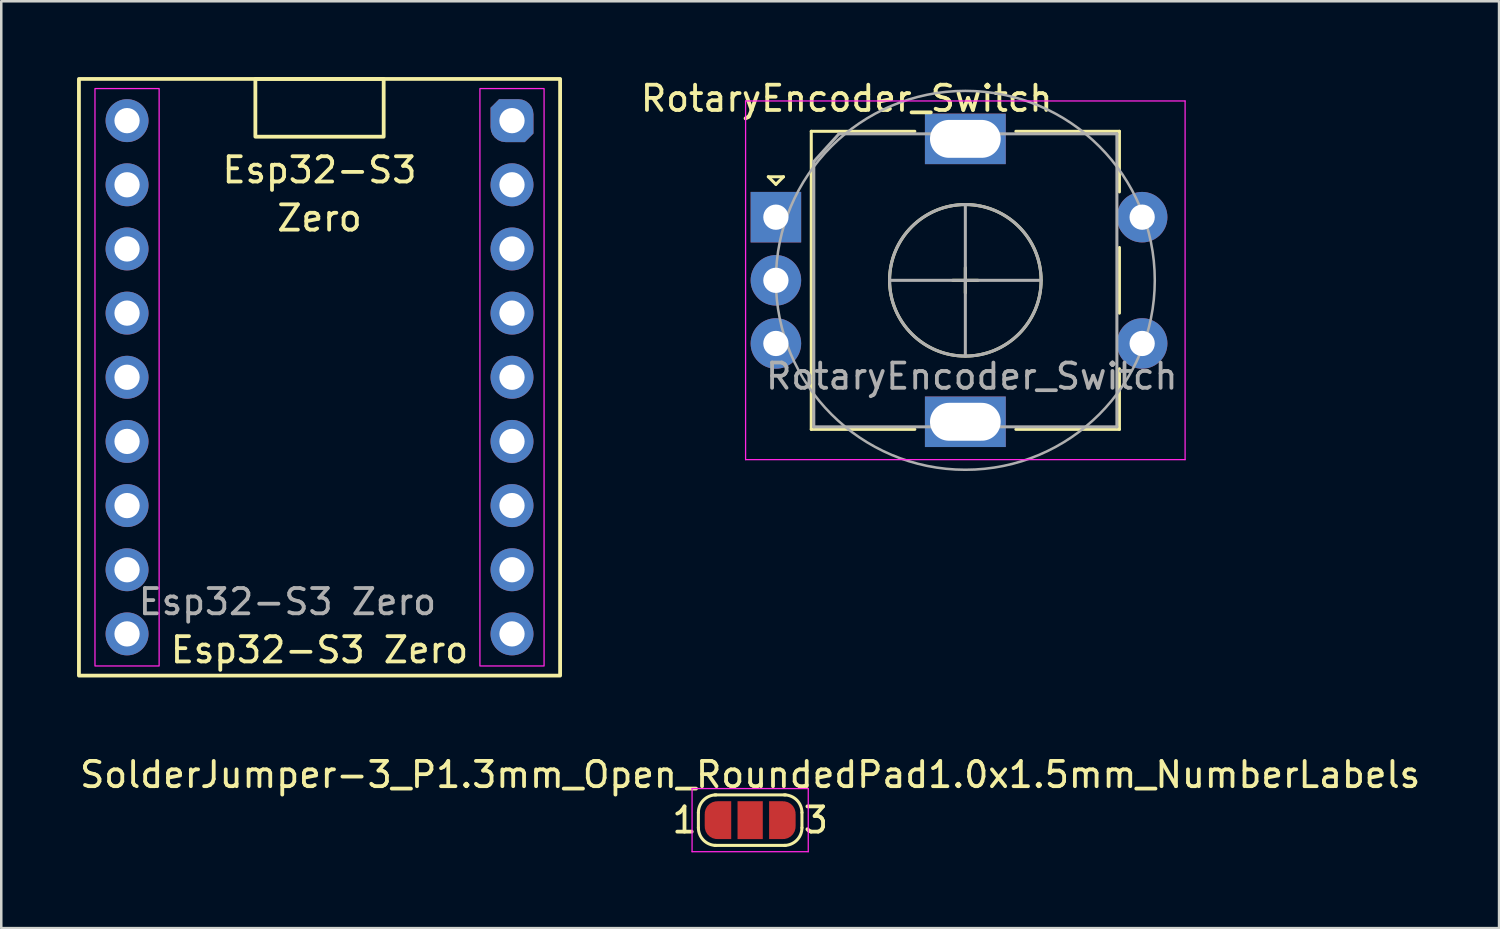
<source format=kicad_pcb>
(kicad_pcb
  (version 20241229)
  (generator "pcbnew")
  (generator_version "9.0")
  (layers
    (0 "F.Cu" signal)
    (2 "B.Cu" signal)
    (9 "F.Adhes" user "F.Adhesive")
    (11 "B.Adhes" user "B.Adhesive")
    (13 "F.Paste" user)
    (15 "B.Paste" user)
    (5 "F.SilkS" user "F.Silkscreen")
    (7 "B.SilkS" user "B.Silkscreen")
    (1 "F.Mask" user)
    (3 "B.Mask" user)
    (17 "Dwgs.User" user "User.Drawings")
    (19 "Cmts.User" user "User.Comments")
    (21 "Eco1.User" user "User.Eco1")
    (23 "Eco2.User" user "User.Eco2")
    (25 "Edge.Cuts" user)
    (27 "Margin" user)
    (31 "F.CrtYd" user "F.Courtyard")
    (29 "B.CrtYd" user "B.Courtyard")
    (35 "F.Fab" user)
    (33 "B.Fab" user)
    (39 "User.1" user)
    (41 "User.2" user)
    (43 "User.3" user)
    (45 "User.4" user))
  (footprint "Esp32-S3 Zero"
    (layer "F.Cu")
    (at 15.95 1.726)
    (property "Reference" "Esp32-S3 Zero" (at -6.35 20.955 0) (unlocked yes) (layer "F.SilkS") (effects (font (size 1 1) (thickness 0.15))))
    (attr through_hole)
    (fp_rect (start -15.875 -1.651) (end 3.175 21.971) (stroke (width 0.15) (type default)) (fill no) (layer "F.SilkS"))
    (fp_rect (start -8.89 -1.651) (end -3.81 0.635) (stroke (width 0.15) (type default)) (fill no) (layer "F.SilkS"))
    (fp_rect (start -15.24 -1.27) (end -12.7 21.59) (stroke (width 0.05) (type default)) (fill no) (layer "F.CrtYd"))
    (fp_rect (start 0 -1.27) (end 2.54 21.59) (stroke (width 0.05) (type default)) (fill no) (layer "F.CrtYd"))
    (fp_text user "Zero" (at -6.35 4.445 0) (unlocked yes) (layer "F.SilkS") (effects (font (size 1 1) (thickness 0.15)) (justify bottom)))
    (fp_text user "Esp32-S3" (at -6.35 2.54 0) (unlocked yes) (layer "F.SilkS") (effects (font (size 1 1) (thickness 0.15)) (justify bottom)))
    (fp_text user "${REFERENCE}" (at -7.62 19.05 0) (unlocked yes) (layer "F.Fab") (effects (font (size 1 1) (thickness 0.15))))
    (pad "1" thru_hole roundrect (at 1.27 0) (size 1.7 1.7) (drill 1) (layers "*.Cu" "*.Mask") (roundrect_rratio 0.35) (chamfer_ratio 0.2) (chamfer top_left bottom_right))
    (pad "2" thru_hole circle (at 1.27 2.54) (size 1.7 1.7) (drill 1) (layers "*.Cu" "*.Mask"))
    (pad "3" thru_hole circle (at 1.27 5.08) (size 1.7 1.7) (drill 1) (layers "*.Cu" "*.Mask"))
    (pad "4" thru_hole circle (at 1.27 7.62) (size 1.7 1.7) (drill 1) (layers "*.Cu" "*.Mask"))
    (pad "5" thru_hole circle (at 1.27 10.16) (size 1.7 1.7) (drill 1) (layers "*.Cu" "*.Mask"))
    (pad "6" thru_hole circle (at 1.27 12.7) (size 1.7 1.7) (drill 1) (layers "*.Cu" "*.Mask"))
    (pad "7" thru_hole circle (at 1.27 15.24) (size 1.7 1.7) (drill 1) (layers "*.Cu" "*.Mask"))
    (pad "8" thru_hole circle (at 1.27 17.78) (size 1.7 1.7) (drill 1) (layers "*.Cu" "*.Mask"))
    (pad "9" thru_hole circle (at 1.27 20.32) (size 1.7 1.7) (drill 1) (layers "*.Cu" "*.Mask"))
    (pad "10" thru_hole circle (at -13.97 20.32) (size 1.7 1.7) (drill 1) (layers "*.Cu" "*.Mask"))
    (pad "11" thru_hole circle (at -13.97 17.78) (size 1.7 1.7) (drill 1) (layers "*.Cu" "*.Mask"))
    (pad "12" thru_hole circle (at -13.97 15.24) (size 1.7 1.7) (drill 1) (layers "*.Cu" "*.Mask"))
    (pad "13" thru_hole circle (at -13.97 12.7) (size 1.7 1.7) (drill 1) (layers "*.Cu" "*.Mask"))
    (pad "14" thru_hole circle (at -13.97 10.16) (size 1.7 1.7) (drill 1) (layers "*.Cu" "*.Mask"))
    (pad "15" thru_hole circle (at -13.97 7.62) (size 1.7 1.7) (drill 1) (layers "*.Cu" "*.Mask"))
    (pad "16" thru_hole circle (at -13.97 5.08) (size 1.7 1.7) (drill 1) (layers "*.Cu" "*.Mask"))
    (pad "17" thru_hole circle (at -13.97 2.54) (size 1.7 1.7) (drill 1) (layers "*.Cu" "*.Mask"))
    (pad "18" thru_hole circle (at -13.97 0) (size 1.7 1.7) (drill 1) (layers "*.Cu" "*.Mask")))
  (footprint "RotaryEncoder_Switch"
    (layer "F.Cu")
    (at 35.168 8.048)
    (property "Reference" "RotaryEncoder_Switch" (at -4.7 -7.2 0) (layer "F.SilkS") (effects (font (size 1 1) (thickness 0.15))))
    (attr through_hole)
    (fp_line (start -7.8 -4.1) (end -7.2 -4.1) (stroke (width 0.12) (type solid)) (layer "F.SilkS"))
    (fp_line (start -7.5 -3.8) (end -7.8 -4.1) (stroke (width 0.12) (type solid)) (layer "F.SilkS"))
    (fp_line (start -7.2 -4.1) (end -7.5 -3.8) (stroke (width 0.12) (type solid)) (layer "F.SilkS"))
    (fp_line (start -6.1 -5.9) (end -6.1 5.9) (stroke (width 0.12) (type solid)) (layer "F.SilkS"))
    (fp_line (start -2 -5.9) (end -6.1 -5.9) (stroke (width 0.12) (type solid)) (layer "F.SilkS"))
    (fp_line (start -2 5.9) (end -6.1 5.9) (stroke (width 0.12) (type solid)) (layer "F.SilkS"))
    (fp_line (start -0.5 0) (end 0.5 0) (stroke (width 0.12) (type solid)) (layer "F.SilkS"))
    (fp_line (start 0 -0.5) (end 0 0.5) (stroke (width 0.12) (type solid)) (layer "F.SilkS"))
    (fp_line (start 2 -5.9) (end 6.1 -5.9) (stroke (width 0.12) (type solid)) (layer "F.SilkS"))
    (fp_line (start 6.1 -5.9) (end 6.1 -3.5) (stroke (width 0.12) (type solid)) (layer "F.SilkS"))
    (fp_line (start 6.1 -1.3) (end 6.1 1.3) (stroke (width 0.12) (type solid)) (layer "F.SilkS"))
    (fp_line (start 6.1 3.5) (end 6.1 5.9) (stroke (width 0.12) (type solid)) (layer "F.SilkS"))
    (fp_line (start 6.1 5.9) (end 2 5.9) (stroke (width 0.12) (type solid)) (layer "F.SilkS"))
    (fp_circle (center 0 0) (end 3 0) (stroke (width 0.12) (type solid)) (fill no) (layer "F.SilkS"))
    (fp_line (start -8.7 -7.1) (end -8.7 7.1) (stroke (width 0.05) (type solid)) (layer "F.CrtYd"))
    (fp_line (start -8.7 -7.1) (end 8.7 -7.1) (stroke (width 0.05) (type solid)) (layer "F.CrtYd"))
    (fp_line (start 8.7 7.1) (end -8.7 7.1) (stroke (width 0.05) (type solid)) (layer "F.CrtYd"))
    (fp_line (start 8.7 7.1) (end 8.7 -7.1) (stroke (width 0.05) (type solid)) (layer "F.CrtYd"))
    (fp_line (start -6 -4.7) (end -5 -5.8) (stroke (width 0.12) (type solid)) (layer "F.Fab"))
    (fp_line (start -6 5.8) (end -6 -4.7) (stroke (width 0.12) (type solid)) (layer "F.Fab"))
    (fp_line (start -5 -5.8) (end 6 -5.8) (stroke (width 0.12) (type solid)) (layer "F.Fab"))
    (fp_line (start -3 0) (end 3 0) (stroke (width 0.12) (type solid)) (layer "F.Fab"))
    (fp_line (start 0 -3) (end 0 3) (stroke (width 0.12) (type solid)) (layer "F.Fab"))
    (fp_line (start 6 -5.8) (end 6 5.8) (stroke (width 0.12) (type solid)) (layer "F.Fab"))
    (fp_line (start 6 5.8) (end -6 5.8) (stroke (width 0.12) (type solid)) (layer "F.Fab"))
    (fp_circle (center 0 0) (end 3 0) (stroke (width 0.12) (type solid)) (fill no) (layer "F.Fab"))
    (fp_circle (center 0 0) (end 7.5 0) (stroke (width 0.1) (type default)) (fill no) (layer "F.Fab"))
    (fp_text user "${REFERENCE}" (at 0.254 3.8 0) (layer "F.Fab") (effects (font (size 1 1) (thickness 0.15))))
    (pad "A" thru_hole rect (at -7.5 -2.5) (size 2 2) (drill 1) (layers "*.Cu" "*.Mask"))
    (pad "B" thru_hole circle (at -7.5 2.5) (size 2 2) (drill 1) (layers "*.Cu" "*.Mask"))
    (pad "C" thru_hole circle (at -7.5 0) (size 2 2) (drill 1) (layers "*.Cu" "*.Mask"))
    (pad "MP" thru_hole rect (at 0 -5.6) (size 3.2 2) (drill oval 2.8 1.5) (layers "*.Cu" "*.Mask"))
    (pad "MP" thru_hole rect (at 0 5.6) (size 3.2 2) (drill oval 2.8 1.5) (layers "*.Cu" "*.Mask"))
    (pad "S1" thru_hole circle (at 7 2.5) (size 2 2) (drill 1) (layers "*.Cu" "*.Mask"))
    (pad "S2" thru_hole circle (at 7 -2.5) (size 2 2) (drill 1) (layers "*.Cu" "*.Mask")))
  (footprint "SolderJumper-3_P1.3mm_Open_RoundedPad1.0x1.5mm_NumberLabels"
    (layer "F.Cu")
    (at 26.649 29.42)
    (property "Reference" "SolderJumper-3_P1.3mm_Open_RoundedPad1.0x1.5mm_NumberLabels" (at 0 -1.8 180) (layer "F.SilkS") (effects (font (size 1 1) (thickness 0.15))))
    (attr exclude_from_pos_files exclude_from_bom allow_soldermask_bridges)
    (fp_rect (start -0.75 -0.75) (end 0.75 0.75) (stroke (width 0) (type default)) (fill yes) (layer "F.Mask"))
    (fp_line (start -2.05 0.3) (end -2.05 -0.3) (stroke (width 0.12) (type solid)) (layer "F.SilkS"))
    (fp_line (start -1.4 -1) (end 1.4 -1) (stroke (width 0.12) (type solid)) (layer "F.SilkS"))
    (fp_line (start 1.4 1) (end -1.4 1) (stroke (width 0.12) (type solid)) (layer "F.SilkS"))
    (fp_line (start 2.05 -0.3) (end 2.05 0.3) (stroke (width 0.12) (type solid)) (layer "F.SilkS"))
    (fp_arc (start -2.05 -0.3) (mid -1.844975 -0.794975) (end -1.35 -1) (stroke (width 0.12) (type solid)) (layer "F.SilkS"))
    (fp_arc (start -1.35 1) (mid -1.844975 0.794975) (end -2.05 0.3) (stroke (width 0.12) (type solid)) (layer "F.SilkS"))
    (fp_arc (start 1.35 -1) (mid 1.844975 -0.794975) (end 2.05 -0.3) (stroke (width 0.12) (type solid)) (layer "F.SilkS"))
    (fp_arc (start 2.05 0.3) (mid 1.844975 0.794975) (end 1.35 1) (stroke (width 0.12) (type solid)) (layer "F.SilkS"))
    (fp_line (start -2.3 -1.25) (end -2.3 1.25) (stroke (width 0.05) (type solid)) (layer "F.CrtYd"))
    (fp_line (start -2.3 -1.25) (end 2.3 -1.25) (stroke (width 0.05) (type solid)) (layer "F.CrtYd"))
    (fp_line (start 2.3 1.25) (end -2.3 1.25) (stroke (width 0.05) (type solid)) (layer "F.CrtYd"))
    (fp_line (start 2.3 1.25) (end 2.3 -1.25) (stroke (width 0.05) (type solid)) (layer "F.CrtYd"))
    (fp_text user "1" (at -2.6 0 180) (layer "F.SilkS") (effects (font (size 1 1) (thickness 0.15))))
    (fp_text user "3" (at 2.6 0 180) (layer "F.SilkS") (effects (font (size 1 1) (thickness 0.15))))
    (pad "1" smd custom (at -1.3 0) (size 1 0.5) (layers "F.Cu" "F.Mask") (options (anchor rect)) (primitives (gr_circle (center 0 0.25) (end 0.5 0.25) (width 0) (fill yes)) (gr_circle (center 0 -0.25) (end 0.5 -0.25) (width 0) (fill yes)) (gr_poly (pts (xy 0.55 0.75) (xy 0 0.75) (xy 0 -0.75) (xy 0.55 -0.75)) (width 0) (fill yes))))
    (pad "2" smd rect (at 0 0) (size 1 1.5) (layers "F.Cu" "F.Mask"))
    (pad "3" smd custom (at 1.3 0) (size 1 0.5) (layers "F.Cu" "F.Mask") (options (anchor rect)) (primitives (gr_circle (center 0 0.25) (end 0.5 0.25) (width 0) (fill yes)) (gr_circle (center 0 -0.25) (end 0.5 -0.25) (width 0) (fill yes)) (gr_poly (pts (xy 0 0.75) (xy -0.55 0.75) (xy -0.55 -0.75) (xy 0 -0.75)) (width 0) (fill yes)))))
  (gr_rect
    (start -3 -3)
    (end 56.298 33.695)
    (stroke (width 0.1) (type default))
    (fill no)
    (layer "Edge.Cuts")))
</source>
